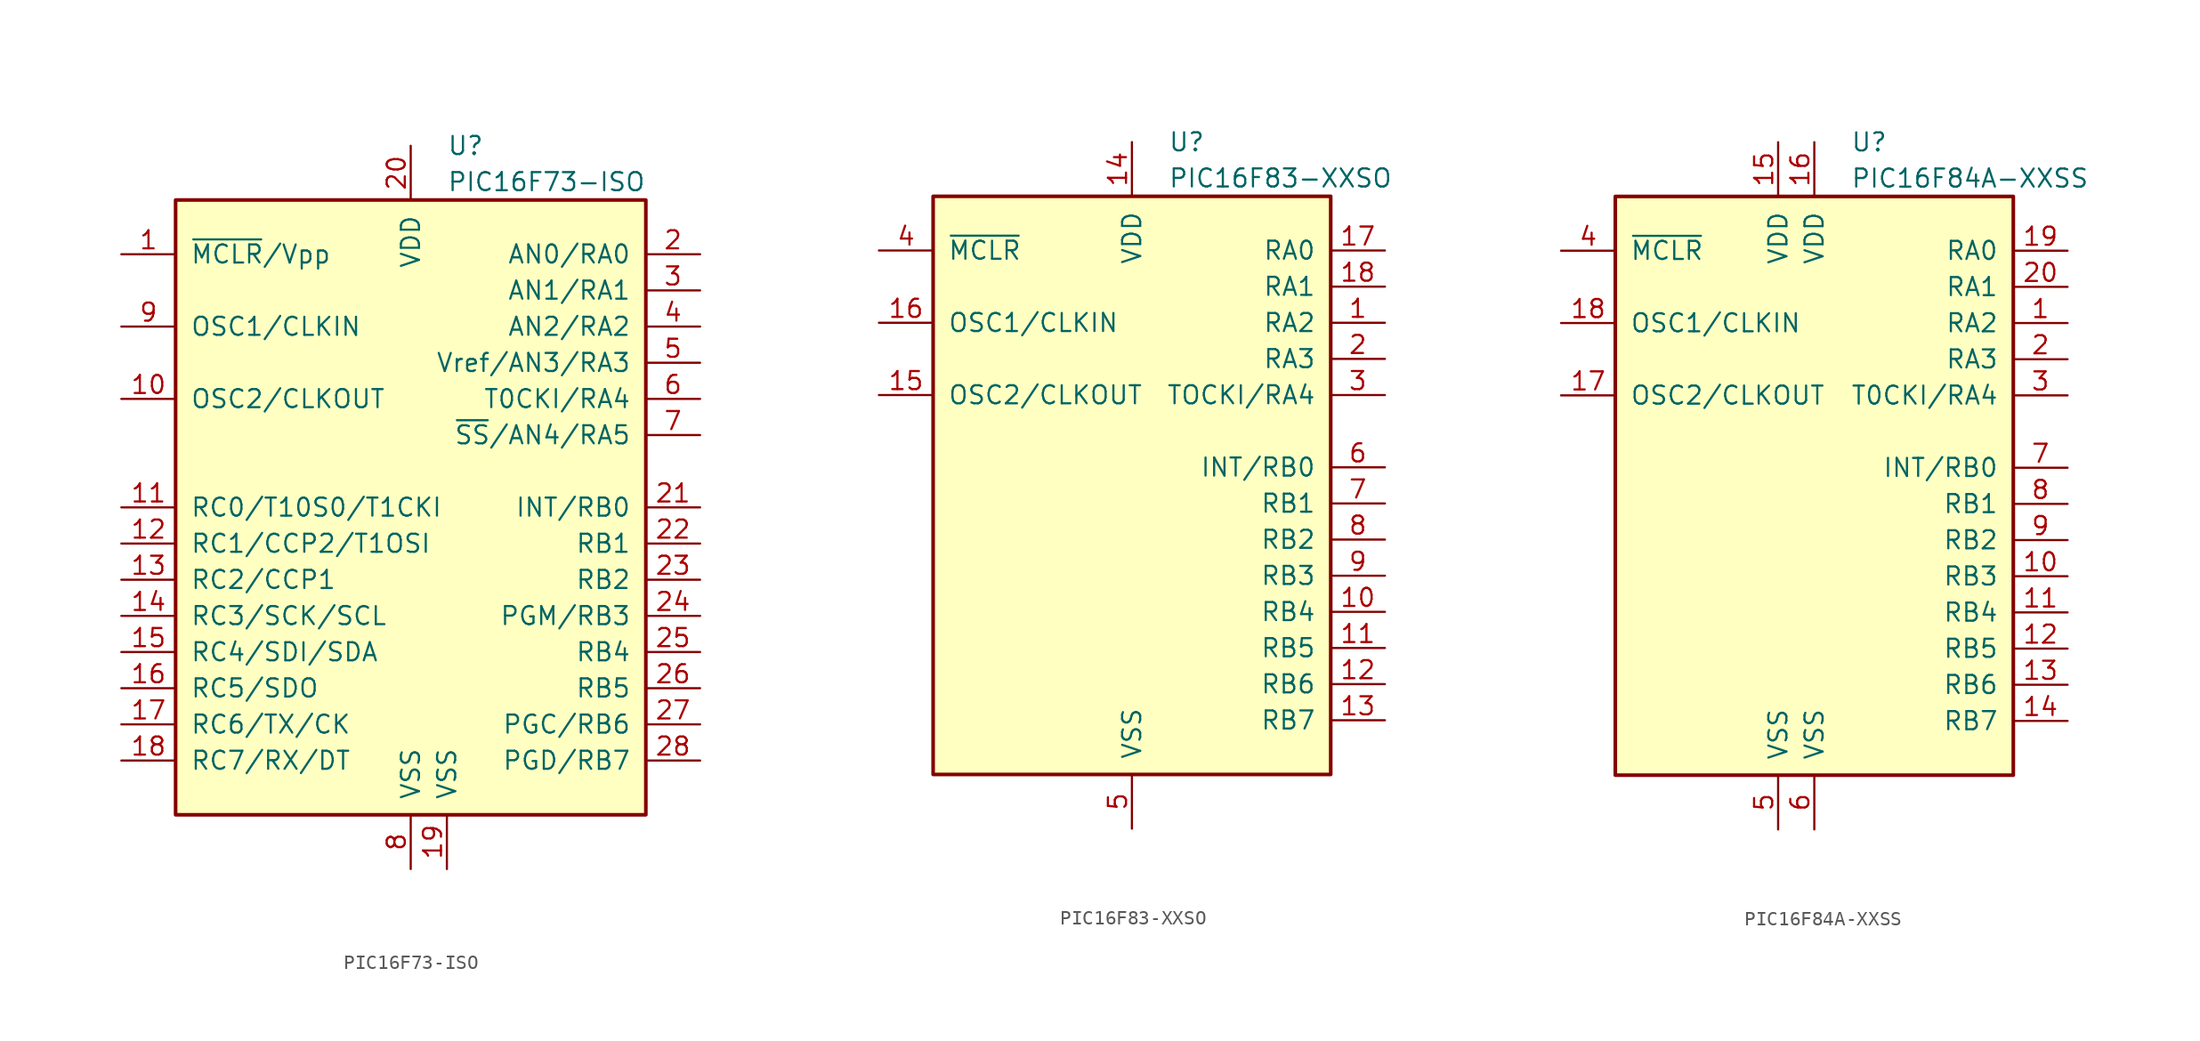
<source format=kicad_sym>
(kicad_symbol_lib
  (version 20231120)
  (generator "kicad_symbol_editor")
  (generator_version "8.0")
  (symbol "PIC16F73-ISO"
    (pin_names
      (offset 1.016))
    (property "Reference" "U"
      (at 2.54 25.4 0)
      (effects (font (size 1.27 1.27)) (justify left)))
    (property "Value" "PIC16F73-ISO"
      (at 2.54 22.86 0)
      (effects (font (size 1.27 1.27)) (justify left)))
    (symbol "PIC16F73-ISO_0_1"
      (rectangle (start -16.51 -21.59) (end 16.51 21.59) (stroke (width 0.254) (type default)) (fill (type background))))
    (symbol "PIC16F73-ISO_1_1"
      (pin input line (at -20.32 17.78 0) (length 3.81) (name "~{MCLR}/Vpp" (effects (font (size 1.27 1.27)))) (number "1" (effects (font (size 1.27 1.27)))))
      (pin output line (at -20.32 7.62 0) (length 3.81) (name "OSC2/CLKOUT" (effects (font (size 1.27 1.27)))) (number "10" (effects (font (size 1.27 1.27)))))
      (pin bidirectional line (at -20.32 0 0) (length 3.81) (name "RC0/T10S0/T1CKI" (effects (font (size 1.27 1.27)))) (number "11" (effects (font (size 1.27 1.27)))))
      (pin bidirectional line (at -20.32 -2.54 0) (length 3.81) (name "RC1/CCP2/T1OSI" (effects (font (size 1.27 1.27)))) (number "12" (effects (font (size 1.27 1.27)))))
      (pin bidirectional line (at -20.32 -5.08 0) (length 3.81) (name "RC2/CCP1" (effects (font (size 1.27 1.27)))) (number "13" (effects (font (size 1.27 1.27)))))
      (pin bidirectional line (at -20.32 -7.62 0) (length 3.81) (name "RC3/SCK/SCL" (effects (font (size 1.27 1.27)))) (number "14" (effects (font (size 1.27 1.27)))))
      (pin bidirectional line (at -20.32 -10.16 0) (length 3.81) (name "RC4/SDI/SDA" (effects (font (size 1.27 1.27)))) (number "15" (effects (font (size 1.27 1.27)))))
      (pin bidirectional line (at -20.32 -12.7 0) (length 3.81) (name "RC5/SDO" (effects (font (size 1.27 1.27)))) (number "16" (effects (font (size 1.27 1.27)))))
      (pin bidirectional line (at -20.32 -15.24 0) (length 3.81) (name "RC6/TX/CK" (effects (font (size 1.27 1.27)))) (number "17" (effects (font (size 1.27 1.27)))))
      (pin bidirectional line (at -20.32 -17.78 0) (length 3.81) (name "RC7/RX/DT" (effects (font (size 1.27 1.27)))) (number "18" (effects (font (size 1.27 1.27)))))
      (pin power_in line (at 2.54 -25.4 90) (length 3.81) (name "VSS" (effects (font (size 1.27 1.27)))) (number "19" (effects (font (size 1.27 1.27)))))
      (pin bidirectional line (at 20.32 17.78 180) (length 3.81) (name "AN0/RA0" (effects (font (size 1.27 1.27)))) (number "2" (effects (font (size 1.27 1.27)))))
      (pin power_in line (at 0 25.4 270) (length 3.81) (name "VDD" (effects (font (size 1.27 1.27)))) (number "20" (effects (font (size 1.27 1.27)))))
      (pin bidirectional line (at 20.32 0 180) (length 3.81) (name "INT/RB0" (effects (font (size 1.27 1.27)))) (number "21" (effects (font (size 1.27 1.27)))))
      (pin bidirectional line (at 20.32 -2.54 180) (length 3.81) (name "RB1" (effects (font (size 1.27 1.27)))) (number "22" (effects (font (size 1.27 1.27)))))
      (pin bidirectional line (at 20.32 -5.08 180) (length 3.81) (name "RB2" (effects (font (size 1.27 1.27)))) (number "23" (effects (font (size 1.27 1.27)))))
      (pin bidirectional line (at 20.32 -7.62 180) (length 3.81) (name "PGM/RB3" (effects (font (size 1.27 1.27)))) (number "24" (effects (font (size 1.27 1.27)))))
      (pin bidirectional line (at 20.32 -10.16 180) (length 3.81) (name "RB4" (effects (font (size 1.27 1.27)))) (number "25" (effects (font (size 1.27 1.27)))))
      (pin bidirectional line (at 20.32 -12.7 180) (length 3.81) (name "RB5" (effects (font (size 1.27 1.27)))) (number "26" (effects (font (size 1.27 1.27)))))
      (pin bidirectional line (at 20.32 -15.24 180) (length 3.81) (name "PGC/RB6" (effects (font (size 1.27 1.27)))) (number "27" (effects (font (size 1.27 1.27)))))
      (pin bidirectional line (at 20.32 -17.78 180) (length 3.81) (name "PGD/RB7" (effects (font (size 1.27 1.27)))) (number "28" (effects (font (size 1.27 1.27)))))
      (pin bidirectional line (at 20.32 15.24 180) (length 3.81) (name "AN1/RA1" (effects (font (size 1.27 1.27)))) (number "3" (effects (font (size 1.27 1.27)))))
      (pin bidirectional line (at 20.32 12.7 180) (length 3.81) (name "AN2/RA2" (effects (font (size 1.27 1.27)))) (number "4" (effects (font (size 1.27 1.27)))))
      (pin bidirectional line (at 20.32 10.16 180) (length 3.81) (name "Vref/AN3/RA3" (effects (font (size 1.27 1.27)))) (number "5" (effects (font (size 1.27 1.27)))))
      (pin bidirectional line (at 20.32 7.62 180) (length 3.81) (name "T0CKI/RA4" (effects (font (size 1.27 1.27)))) (number "6" (effects (font (size 1.27 1.27)))))
      (pin bidirectional line (at 20.32 5.08 180) (length 3.81) (name "~{SS}/AN4/RA5" (effects (font (size 1.27 1.27)))) (number "7" (effects (font (size 1.27 1.27)))))
      (pin power_in line (at 0 -25.4 90) (length 3.81) (name "VSS" (effects (font (size 1.27 1.27)))) (number "8" (effects (font (size 1.27 1.27)))))
      (pin input line (at -20.32 12.7 0) (length 3.81) (name "OSC1/CLKIN" (effects (font (size 1.27 1.27)))) (number "9" (effects (font (size 1.27 1.27)))))))
  (symbol "PIC16F83-XXSO"
    (pin_names
      (offset 1.016))
    (property "Reference" "U"
      (at 2.54 22.86 0)
      (effects (font (size 1.27 1.27)) (justify left)))
    (property "Value" "PIC16F83-XXSO"
      (at 2.54 20.32 0)
      (effects (font (size 1.27 1.27)) (justify left)))
    (symbol "PIC16F83-XXSO_0_1"
      (rectangle (start -13.97 19.05) (end 13.97 -21.59) (stroke (width 0.254) (type default)) (fill (type background))))
    (symbol "PIC16F83-XXSO_1_1"
      (pin bidirectional line (at 17.78 10.16 180) (length 3.81) (name "RA2" (effects (font (size 1.27 1.27)))) (number "1" (effects (font (size 1.27 1.27)))))
      (pin bidirectional line (at 17.78 -10.16 180) (length 3.81) (name "RB4" (effects (font (size 1.27 1.27)))) (number "10" (effects (font (size 1.27 1.27)))))
      (pin bidirectional line (at 17.78 -12.7 180) (length 3.81) (name "RB5" (effects (font (size 1.27 1.27)))) (number "11" (effects (font (size 1.27 1.27)))))
      (pin bidirectional line (at 17.78 -15.24 180) (length 3.81) (name "RB6" (effects (font (size 1.27 1.27)))) (number "12" (effects (font (size 1.27 1.27)))))
      (pin bidirectional line (at 17.78 -17.78 180) (length 3.81) (name "RB7" (effects (font (size 1.27 1.27)))) (number "13" (effects (font (size 1.27 1.27)))))
      (pin power_in line (at 0 22.86 270) (length 3.81) (name "VDD" (effects (font (size 1.27 1.27)))) (number "14" (effects (font (size 1.27 1.27)))))
      (pin output line (at -17.78 5.08 0) (length 3.81) (name "OSC2/CLKOUT" (effects (font (size 1.27 1.27)))) (number "15" (effects (font (size 1.27 1.27)))))
      (pin input line (at -17.78 10.16 0) (length 3.81) (name "OSC1/CLKIN" (effects (font (size 1.27 1.27)))) (number "16" (effects (font (size 1.27 1.27)))))
      (pin bidirectional line (at 17.78 15.24 180) (length 3.81) (name "RA0" (effects (font (size 1.27 1.27)))) (number "17" (effects (font (size 1.27 1.27)))))
      (pin bidirectional line (at 17.78 12.7 180) (length 3.81) (name "RA1" (effects (font (size 1.27 1.27)))) (number "18" (effects (font (size 1.27 1.27)))))
      (pin bidirectional line (at 17.78 7.62 180) (length 3.81) (name "RA3" (effects (font (size 1.27 1.27)))) (number "2" (effects (font (size 1.27 1.27)))))
      (pin bidirectional line (at 17.78 5.08 180) (length 3.81) (name "TOCKI/RA4" (effects (font (size 1.27 1.27)))) (number "3" (effects (font (size 1.27 1.27)))))
      (pin input line (at -17.78 15.24 0) (length 3.81) (name "~{MCLR}" (effects (font (size 1.27 1.27)))) (number "4" (effects (font (size 1.27 1.27)))))
      (pin power_in line (at 0 -25.4 90) (length 3.81) (name "VSS" (effects (font (size 1.27 1.27)))) (number "5" (effects (font (size 1.27 1.27)))))
      (pin bidirectional line (at 17.78 0 180) (length 3.81) (name "INT/RB0" (effects (font (size 1.27 1.27)))) (number "6" (effects (font (size 1.27 1.27)))))
      (pin bidirectional line (at 17.78 -2.54 180) (length 3.81) (name "RB1" (effects (font (size 1.27 1.27)))) (number "7" (effects (font (size 1.27 1.27)))))
      (pin bidirectional line (at 17.78 -5.08 180) (length 3.81) (name "RB2" (effects (font (size 1.27 1.27)))) (number "8" (effects (font (size 1.27 1.27)))))
      (pin bidirectional line (at 17.78 -7.62 180) (length 3.81) (name "RB3" (effects (font (size 1.27 1.27)))) (number "9" (effects (font (size 1.27 1.27)))))))
  (symbol "PIC16F84A-XXSS"
    (pin_names
      (offset 1.016))
    (property "Reference" "U"
      (at 2.54 22.86 0)
      (effects (font (size 1.27 1.27)) (justify left)))
    (property "Value" "PIC16F84A-XXSS"
      (at 2.54 20.32 0)
      (effects (font (size 1.27 1.27)) (justify left)))
    (symbol "PIC16F84A-XXSS_0_1"
      (rectangle (start -13.97 19.05) (end 13.97 -21.59) (stroke (width 0.254) (type default)) (fill (type background))))
    (symbol "PIC16F84A-XXSS_1_1"
      (pin bidirectional line (at 17.78 10.16 180) (length 3.81) (name "RA2" (effects (font (size 1.27 1.27)))) (number "1" (effects (font (size 1.27 1.27)))))
      (pin bidirectional line (at 17.78 -7.62 180) (length 3.81) (name "RB3" (effects (font (size 1.27 1.27)))) (number "10" (effects (font (size 1.27 1.27)))))
      (pin bidirectional line (at 17.78 -10.16 180) (length 3.81) (name "RB4" (effects (font (size 1.27 1.27)))) (number "11" (effects (font (size 1.27 1.27)))))
      (pin bidirectional line (at 17.78 -12.7 180) (length 3.81) (name "RB5" (effects (font (size 1.27 1.27)))) (number "12" (effects (font (size 1.27 1.27)))))
      (pin bidirectional line (at 17.78 -15.24 180) (length 3.81) (name "RB6" (effects (font (size 1.27 1.27)))) (number "13" (effects (font (size 1.27 1.27)))))
      (pin bidirectional line (at 17.78 -17.78 180) (length 3.81) (name "RB7" (effects (font (size 1.27 1.27)))) (number "14" (effects (font (size 1.27 1.27)))))
      (pin power_in line (at -2.54 22.86 270) (length 3.81) (name "VDD" (effects (font (size 1.27 1.27)))) (number "15" (effects (font (size 1.27 1.27)))))
      (pin power_in line (at 0 22.86 270) (length 3.81) (name "VDD" (effects (font (size 1.27 1.27)))) (number "16" (effects (font (size 1.27 1.27)))))
      (pin output line (at -17.78 5.08 0) (length 3.81) (name "OSC2/CLKOUT" (effects (font (size 1.27 1.27)))) (number "17" (effects (font (size 1.27 1.27)))))
      (pin input line (at -17.78 10.16 0) (length 3.81) (name "OSC1/CLKIN" (effects (font (size 1.27 1.27)))) (number "18" (effects (font (size 1.27 1.27)))))
      (pin bidirectional line (at 17.78 15.24 180) (length 3.81) (name "RA0" (effects (font (size 1.27 1.27)))) (number "19" (effects (font (size 1.27 1.27)))))
      (pin bidirectional line (at 17.78 7.62 180) (length 3.81) (name "RA3" (effects (font (size 1.27 1.27)))) (number "2" (effects (font (size 1.27 1.27)))))
      (pin bidirectional line (at 17.78 12.7 180) (length 3.81) (name "RA1" (effects (font (size 1.27 1.27)))) (number "20" (effects (font (size 1.27 1.27)))))
      (pin bidirectional line (at 17.78 5.08 180) (length 3.81) (name "T0CKI/RA4" (effects (font (size 1.27 1.27)))) (number "3" (effects (font (size 1.27 1.27)))))
      (pin input line (at -17.78 15.24 0) (length 3.81) (name "~{MCLR}" (effects (font (size 1.27 1.27)))) (number "4" (effects (font (size 1.27 1.27)))))
      (pin power_in line (at -2.54 -25.4 90) (length 3.81) (name "VSS" (effects (font (size 1.27 1.27)))) (number "5" (effects (font (size 1.27 1.27)))))
      (pin power_in line (at 0 -25.4 90) (length 3.81) (name "VSS" (effects (font (size 1.27 1.27)))) (number "6" (effects (font (size 1.27 1.27)))))
      (pin bidirectional line (at 17.78 0 180) (length 3.81) (name "INT/RB0" (effects (font (size 1.27 1.27)))) (number "7" (effects (font (size 1.27 1.27)))))
      (pin bidirectional line (at 17.78 -2.54 180) (length 3.81) (name "RB1" (effects (font (size 1.27 1.27)))) (number "8" (effects (font (size 1.27 1.27)))))
      (pin bidirectional line (at 17.78 -5.08 180) (length 3.81) (name "RB2" (effects (font (size 1.27 1.27)))) (number "9" (effects (font (size 1.27 1.27))))))))
</source>
